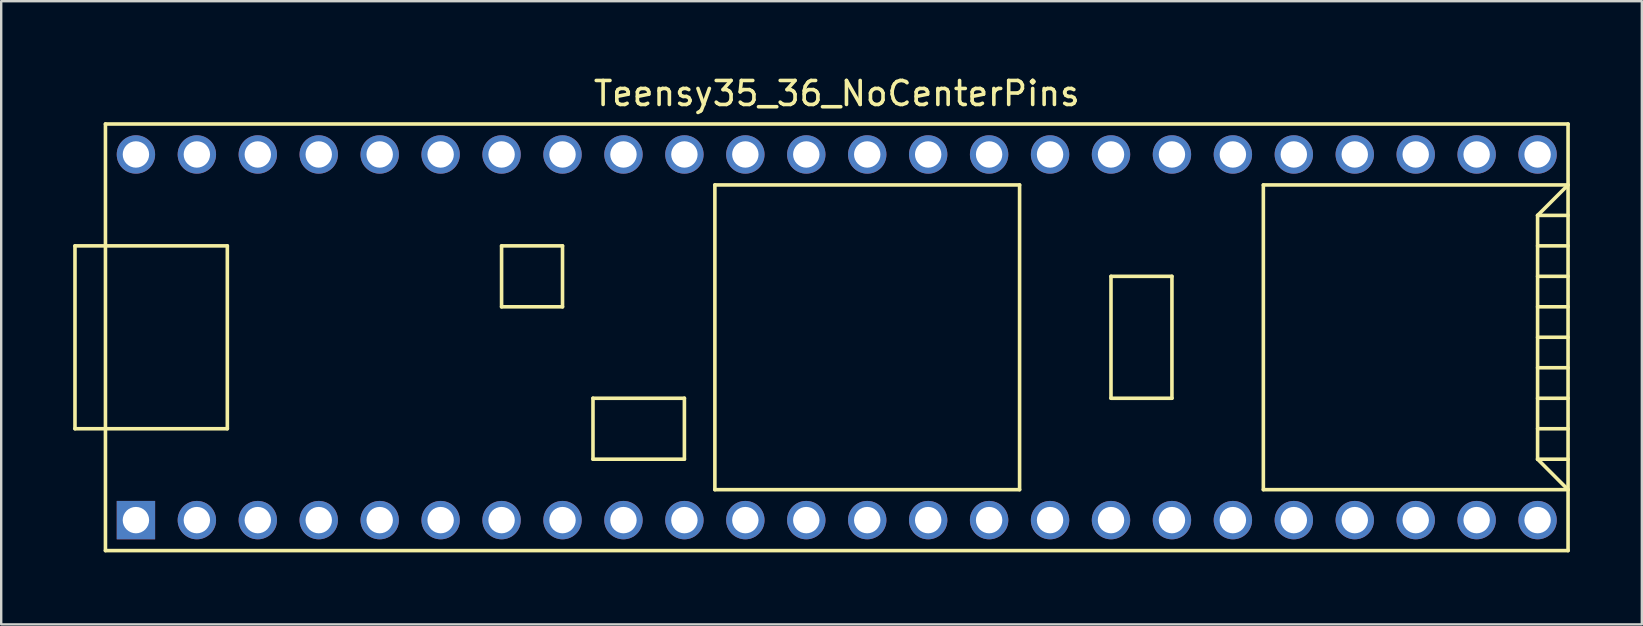
<source format=kicad_pcb>
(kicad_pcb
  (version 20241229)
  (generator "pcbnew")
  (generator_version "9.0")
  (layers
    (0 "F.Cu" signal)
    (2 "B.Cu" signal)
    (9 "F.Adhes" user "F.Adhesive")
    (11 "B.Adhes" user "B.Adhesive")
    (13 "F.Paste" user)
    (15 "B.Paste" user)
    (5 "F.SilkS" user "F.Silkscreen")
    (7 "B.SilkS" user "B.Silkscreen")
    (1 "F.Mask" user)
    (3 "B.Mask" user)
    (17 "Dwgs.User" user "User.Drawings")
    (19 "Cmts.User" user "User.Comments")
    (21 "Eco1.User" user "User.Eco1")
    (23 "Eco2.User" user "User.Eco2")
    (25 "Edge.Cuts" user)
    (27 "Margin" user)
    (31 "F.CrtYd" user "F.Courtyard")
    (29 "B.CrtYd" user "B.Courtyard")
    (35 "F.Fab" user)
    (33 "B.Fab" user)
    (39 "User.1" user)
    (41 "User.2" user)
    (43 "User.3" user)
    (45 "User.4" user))
  (footprint "Teensy35_36_NoCenterPins"
    (layer "F.Cu")
    (at 31.825 11.008)
    (property "Reference" "Teensy35_36_NoCenterPins" (at 0 -10.16 0) (layer "F.SilkS") (effects (font (size 1 1) (thickness 0.15))))
    (attr through_hole)
    (fp_line (start -31.75 -3.81) (end -30.48 -3.81) (stroke (width 0.15) (type solid)) (layer "F.SilkS"))
    (fp_line (start -31.75 3.81) (end -31.75 -3.81) (stroke (width 0.15) (type solid)) (layer "F.SilkS"))
    (fp_line (start -30.48 3.81) (end -31.75 3.81) (stroke (width 0.15) (type solid)) (layer "F.SilkS"))
    (fp_line (start -30.48 8.89) (end -30.48 -8.89) (stroke (width 0.15) (type solid)) (layer "F.SilkS"))
    (fp_line (start -30.48 8.89) (end 30.48 8.89) (stroke (width 0.15) (type solid)) (layer "F.SilkS"))
    (fp_line (start -25.4 -3.81) (end -30.48 -3.81) (stroke (width 0.15) (type solid)) (layer "F.SilkS"))
    (fp_line (start -25.4 3.81) (end -30.48 3.81) (stroke (width 0.15) (type solid)) (layer "F.SilkS"))
    (fp_line (start -25.4 3.81) (end -25.4 -3.81) (stroke (width 0.15) (type solid)) (layer "F.SilkS"))
    (fp_line (start -13.97 -3.81) (end -13.97 -1.27) (stroke (width 0.15) (type solid)) (layer "F.SilkS"))
    (fp_line (start -13.97 -1.27) (end -11.43 -1.27) (stroke (width 0.15) (type solid)) (layer "F.SilkS"))
    (fp_line (start -11.43 -3.81) (end -13.97 -3.81) (stroke (width 0.15) (type solid)) (layer "F.SilkS"))
    (fp_line (start -11.43 -1.27) (end -11.43 -3.81) (stroke (width 0.15) (type solid)) (layer "F.SilkS"))
    (fp_line (start -10.16 2.54) (end -6.35 2.54) (stroke (width 0.15) (type solid)) (layer "F.SilkS"))
    (fp_line (start -10.16 5.08) (end -10.16 2.54) (stroke (width 0.15) (type solid)) (layer "F.SilkS"))
    (fp_line (start -6.35 2.54) (end -6.35 5.08) (stroke (width 0.15) (type solid)) (layer "F.SilkS"))
    (fp_line (start -6.35 5.08) (end -10.16 5.08) (stroke (width 0.15) (type solid)) (layer "F.SilkS"))
    (fp_line (start -5.08 -6.35) (end -5.08 6.35) (stroke (width 0.15) (type solid)) (layer "F.SilkS"))
    (fp_line (start -5.08 -6.35) (end 7.62 -6.35) (stroke (width 0.15) (type solid)) (layer "F.SilkS"))
    (fp_line (start -5.08 6.35) (end 7.62 6.35) (stroke (width 0.15) (type solid)) (layer "F.SilkS"))
    (fp_line (start 7.62 6.35) (end 7.62 -6.35) (stroke (width 0.15) (type solid)) (layer "F.SilkS"))
    (fp_line (start 11.43 -2.54) (end 13.97 -2.54) (stroke (width 0.15) (type solid)) (layer "F.SilkS"))
    (fp_line (start 11.43 2.54) (end 11.43 -2.54) (stroke (width 0.15) (type solid)) (layer "F.SilkS"))
    (fp_line (start 13.97 -2.54) (end 13.97 2.54) (stroke (width 0.15) (type solid)) (layer "F.SilkS"))
    (fp_line (start 13.97 2.54) (end 11.43 2.54) (stroke (width 0.15) (type solid)) (layer "F.SilkS"))
    (fp_line (start 17.78 -6.35) (end 17.78 6.35) (stroke (width 0.15) (type solid)) (layer "F.SilkS"))
    (fp_line (start 17.78 6.35) (end 30.48 6.35) (stroke (width 0.15) (type solid)) (layer "F.SilkS"))
    (fp_line (start 29.21 -5.08) (end 30.48 -6.35) (stroke (width 0.15) (type solid)) (layer "F.SilkS"))
    (fp_line (start 29.21 -5.08) (end 30.48 -5.08) (stroke (width 0.15) (type solid)) (layer "F.SilkS"))
    (fp_line (start 29.21 -3.81) (end 30.48 -3.81) (stroke (width 0.15) (type solid)) (layer "F.SilkS"))
    (fp_line (start 29.21 -2.54) (end 30.48 -2.54) (stroke (width 0.15) (type solid)) (layer "F.SilkS"))
    (fp_line (start 29.21 -1.27) (end 30.48 -1.27) (stroke (width 0.15) (type solid)) (layer "F.SilkS"))
    (fp_line (start 29.21 0) (end 30.48 0) (stroke (width 0.15) (type solid)) (layer "F.SilkS"))
    (fp_line (start 29.21 1.27) (end 30.48 1.27) (stroke (width 0.15) (type solid)) (layer "F.SilkS"))
    (fp_line (start 29.21 2.54) (end 30.48 2.54) (stroke (width 0.15) (type solid)) (layer "F.SilkS"))
    (fp_line (start 29.21 3.81) (end 30.48 3.81) (stroke (width 0.15) (type solid)) (layer "F.SilkS"))
    (fp_line (start 29.21 5.08) (end 29.21 -5.08) (stroke (width 0.15) (type solid)) (layer "F.SilkS"))
    (fp_line (start 29.21 5.08) (end 30.48 5.08) (stroke (width 0.15) (type solid)) (layer "F.SilkS"))
    (fp_line (start 30.48 -8.89) (end -30.48 -8.89) (stroke (width 0.15) (type solid)) (layer "F.SilkS"))
    (fp_line (start 30.48 -8.89) (end 30.48 8.89) (stroke (width 0.15) (type solid)) (layer "F.SilkS"))
    (fp_line (start 30.48 -6.35) (end 17.78 -6.35) (stroke (width 0.15) (type solid)) (layer "F.SilkS"))
    (fp_line (start 30.48 6.35) (end 29.21 5.08) (stroke (width 0.15) (type solid)) (layer "F.SilkS"))
    (pad "1" thru_hole rect (at -29.21 7.62) (size 1.6 1.6) (drill 1.1) (layers "*.Cu" "*.Mask"))
    (pad "2" thru_hole circle (at -26.67 7.62) (size 1.6 1.6) (drill 1.1) (layers "*.Cu" "*.Mask"))
    (pad "3" thru_hole circle (at -24.13 7.62) (size 1.6 1.6) (drill 1.1) (layers "*.Cu" "*.Mask"))
    (pad "4" thru_hole circle (at -21.59 7.62) (size 1.6 1.6) (drill 1.1) (layers "*.Cu" "*.Mask"))
    (pad "5" thru_hole circle (at -19.05 7.62) (size 1.6 1.6) (drill 1.1) (layers "*.Cu" "*.Mask"))
    (pad "6" thru_hole circle (at -16.51 7.62) (size 1.6 1.6) (drill 1.1) (layers "*.Cu" "*.Mask"))
    (pad "7" thru_hole circle (at -13.97 7.62) (size 1.6 1.6) (drill 1.1) (layers "*.Cu" "*.Mask"))
    (pad "8" thru_hole circle (at -11.43 7.62) (size 1.6 1.6) (drill 1.1) (layers "*.Cu" "*.Mask"))
    (pad "9" thru_hole circle (at -8.89 7.62) (size 1.6 1.6) (drill 1.1) (layers "*.Cu" "*.Mask"))
    (pad "10" thru_hole circle (at -6.35 7.62) (size 1.6 1.6) (drill 1.1) (layers "*.Cu" "*.Mask"))
    (pad "11" thru_hole circle (at -3.81 7.62) (size 1.6 1.6) (drill 1.1) (layers "*.Cu" "*.Mask"))
    (pad "12" thru_hole circle (at -1.27 7.62) (size 1.6 1.6) (drill 1.1) (layers "*.Cu" "*.Mask"))
    (pad "13" thru_hole circle (at 1.27 7.62) (size 1.6 1.6) (drill 1.1) (layers "*.Cu" "*.Mask"))
    (pad "14" thru_hole circle (at 3.81 7.62) (size 1.6 1.6) (drill 1.1) (layers "*.Cu" "*.Mask"))
    (pad "15" thru_hole circle (at 6.35 7.62) (size 1.6 1.6) (drill 1.1) (layers "*.Cu" "*.Mask"))
    (pad "16" thru_hole circle (at 8.89 7.62) (size 1.6 1.6) (drill 1.1) (layers "*.Cu" "*.Mask"))
    (pad "17" thru_hole circle (at 11.43 7.62) (size 1.6 1.6) (drill 1.1) (layers "*.Cu" "*.Mask"))
    (pad "18" thru_hole circle (at 13.97 7.62) (size 1.6 1.6) (drill 1.1) (layers "*.Cu" "*.Mask"))
    (pad "19" thru_hole circle (at 16.51 7.62) (size 1.6 1.6) (drill 1.1) (layers "*.Cu" "*.Mask"))
    (pad "20" thru_hole circle (at 19.05 7.62) (size 1.6 1.6) (drill 1.1) (layers "*.Cu" "*.Mask"))
    (pad "21" thru_hole circle (at 21.59 7.62) (size 1.6 1.6) (drill 1.1) (layers "*.Cu" "*.Mask"))
    (pad "22" thru_hole circle (at 24.13 7.62) (size 1.6 1.6) (drill 1.1) (layers "*.Cu" "*.Mask"))
    (pad "23" thru_hole circle (at 26.67 7.62) (size 1.6 1.6) (drill 1.1) (layers "*.Cu" "*.Mask"))
    (pad "24" thru_hole circle (at 29.21 7.62) (size 1.6 1.6) (drill 1.1) (layers "*.Cu" "*.Mask"))
    (pad "30" thru_hole circle (at 29.21 -7.62) (size 1.6 1.6) (drill 1.1) (layers "*.Cu" "*.Mask"))
    (pad "31" thru_hole circle (at 26.67 -7.62) (size 1.6 1.6) (drill 1.1) (layers "*.Cu" "*.Mask"))
    (pad "32" thru_hole circle (at 24.13 -7.62) (size 1.6 1.6) (drill 1.1) (layers "*.Cu" "*.Mask"))
    (pad "33" thru_hole circle (at 21.59 -7.62) (size 1.6 1.6) (drill 1.1) (layers "*.Cu" "*.Mask"))
    (pad "34" thru_hole circle (at 19.05 -7.62) (size 1.6 1.6) (drill 1.1) (layers "*.Cu" "*.Mask"))
    (pad "35" thru_hole circle (at 16.51 -7.62) (size 1.6 1.6) (drill 1.1) (layers "*.Cu" "*.Mask"))
    (pad "36" thru_hole circle (at 13.97 -7.62) (size 1.6 1.6) (drill 1.1) (layers "*.Cu" "*.Mask"))
    (pad "37" thru_hole circle (at 11.43 -7.62) (size 1.6 1.6) (drill 1.1) (layers "*.Cu" "*.Mask"))
    (pad "38" thru_hole circle (at 8.89 -7.62) (size 1.6 1.6) (drill 1.1) (layers "*.Cu" "*.Mask"))
    (pad "39" thru_hole circle (at 6.35 -7.62) (size 1.6 1.6) (drill 1.1) (layers "*.Cu" "*.Mask"))
    (pad "40" thru_hole circle (at 3.81 -7.62) (size 1.6 1.6) (drill 1.1) (layers "*.Cu" "*.Mask"))
    (pad "41" thru_hole circle (at 1.27 -7.62) (size 1.6 1.6) (drill 1.1) (layers "*.Cu" "*.Mask"))
    (pad "42" thru_hole circle (at -1.27 -7.62) (size 1.6 1.6) (drill 1.1) (layers "*.Cu" "*.Mask"))
    (pad "43" thru_hole circle (at -3.81 -7.62) (size 1.6 1.6) (drill 1.1) (layers "*.Cu" "*.Mask"))
    (pad "44" thru_hole circle (at -6.35 -7.62) (size 1.6 1.6) (drill 1.1) (layers "*.Cu" "*.Mask"))
    (pad "45" thru_hole circle (at -8.89 -7.62) (size 1.6 1.6) (drill 1.1) (layers "*.Cu" "*.Mask"))
    (pad "46" thru_hole circle (at -11.43 -7.62) (size 1.6 1.6) (drill 1.1) (layers "*.Cu" "*.Mask"))
    (pad "47" thru_hole circle (at -13.97 -7.62) (size 1.6 1.6) (drill 1.1) (layers "*.Cu" "*.Mask"))
    (pad "48" thru_hole circle (at -16.51 -7.62) (size 1.6 1.6) (drill 1.1) (layers "*.Cu" "*.Mask"))
    (pad "49" thru_hole circle (at -19.05 -7.62) (size 1.6 1.6) (drill 1.1) (layers "*.Cu" "*.Mask"))
    (pad "50" thru_hole circle (at -21.59 -7.62) (size 1.6 1.6) (drill 1.1) (layers "*.Cu" "*.Mask"))
    (pad "51" thru_hole circle (at -24.13 -7.62) (size 1.6 1.6) (drill 1.1) (layers "*.Cu" "*.Mask"))
    (pad "52" thru_hole circle (at -26.67 -7.62) (size 1.6 1.6) (drill 1.1) (layers "*.Cu" "*.Mask"))
    (pad "53" thru_hole circle (at -29.21 -7.62) (size 1.6 1.6) (drill 1.1) (layers "*.Cu" "*.Mask")))
  (gr_rect
    (start -3 -3)
    (end 65.38 22.973)
    (stroke (width 0.1) (type default))
    (fill no)
    (layer "Edge.Cuts")))
</source>
